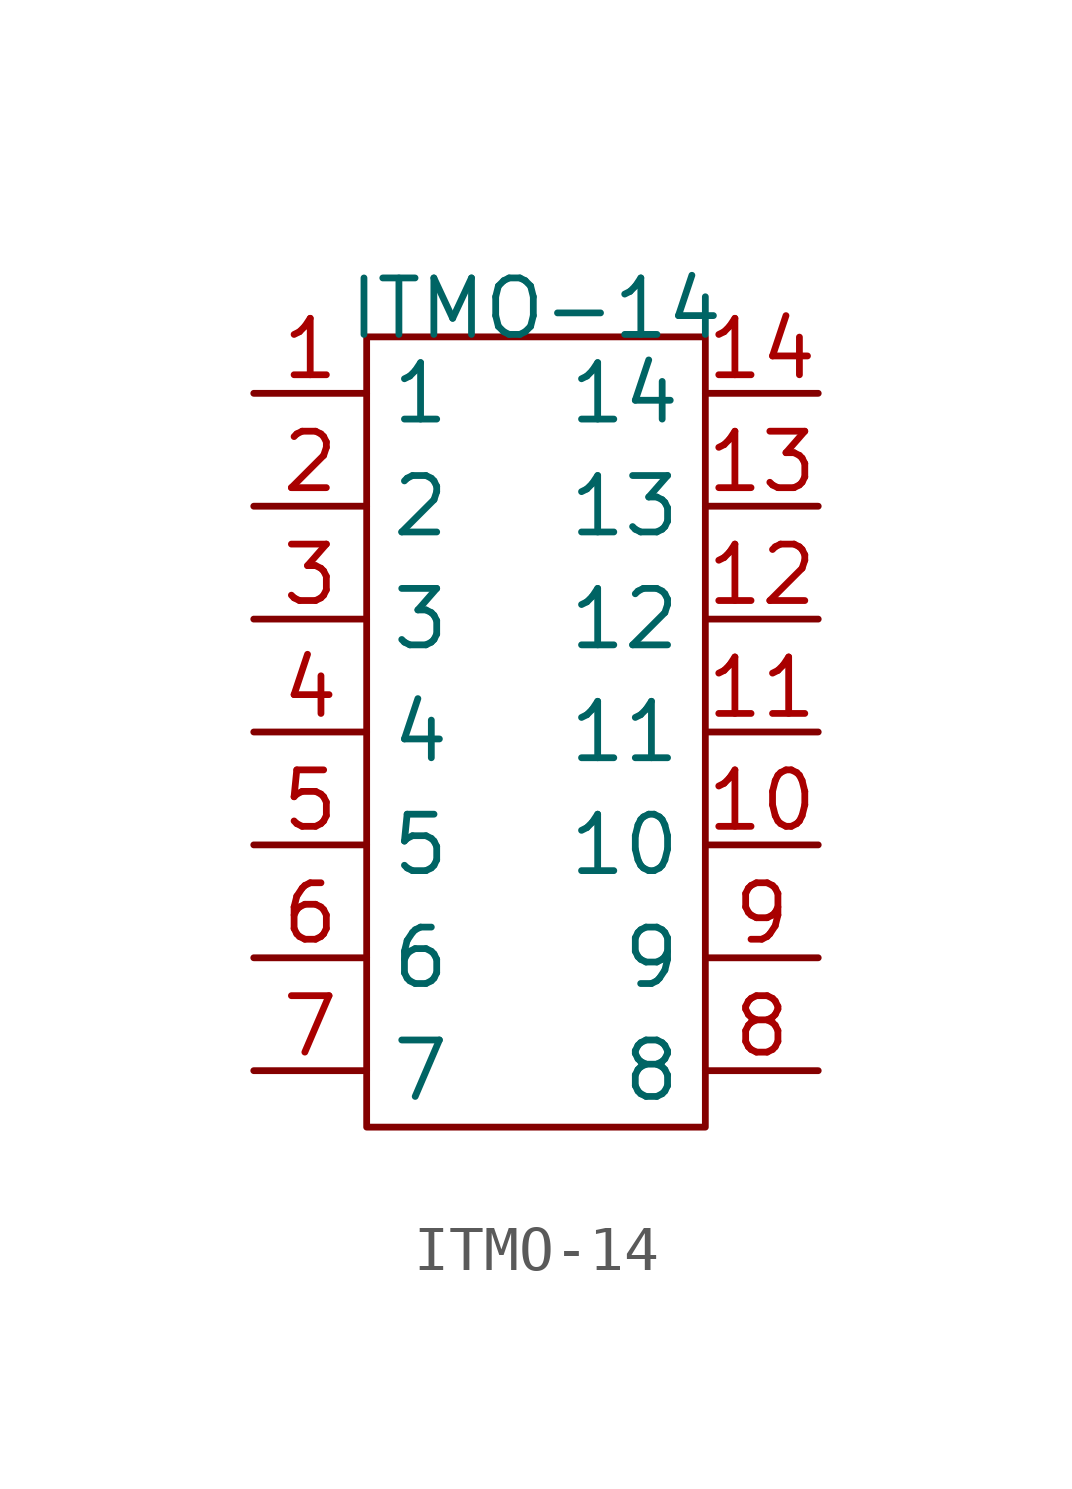
<source format=kicad_sym>
(kicad_symbol_lib
  (version 20211014)
  (generator kicad_symbol_editor)
  (symbol "ITMO-14"
    (property "Reference" "ITMO"
      (at 0 0 0)
      (effects (font (size 1.27 1.27)) hide))
    (property "Value" "ITMO-14"
      (at 0 0 0)
      (effects (font (size 1.27 1.27))))
    (symbol "ITMO-14_0_1"
      (rectangle (start -3.81 -0.635) (end 3.81 -18.415) (stroke (width 0) (type default) (color 0 0 0 0)) (fill (type none))))
    (symbol "ITMO-14_1_1"
      (pin input line (at -6.35 -1.905 0) (length 2.54) (name "1" (effects (font (size 1.27 1.27)))) (number "1" (effects (font (size 1.27 1.27)))))
      (pin output line (at 6.35 -12.065 180) (length 2.54) (name "10" (effects (font (size 1.27 1.27)))) (number "10" (effects (font (size 1.27 1.27)))))
      (pin output line (at 6.35 -9.525 180) (length 2.54) (name "11" (effects (font (size 1.27 1.27)))) (number "11" (effects (font (size 1.27 1.27)))))
      (pin output line (at 6.35 -6.985 180) (length 2.54) (name "12" (effects (font (size 1.27 1.27)))) (number "12" (effects (font (size 1.27 1.27)))))
      (pin output line (at 6.35 -4.445 180) (length 2.54) (name "13" (effects (font (size 1.27 1.27)))) (number "13" (effects (font (size 1.27 1.27)))))
      (pin output line (at 6.35 -1.905 180) (length 2.54) (name "14" (effects (font (size 1.27 1.27)))) (number "14" (effects (font (size 1.27 1.27)))))
      (pin input line (at -6.35 -4.445 0) (length 2.54) (name "2" (effects (font (size 1.27 1.27)))) (number "2" (effects (font (size 1.27 1.27)))))
      (pin input line (at -6.35 -6.985 0) (length 2.54) (name "3" (effects (font (size 1.27 1.27)))) (number "3" (effects (font (size 1.27 1.27)))))
      (pin input line (at -6.35 -9.525 0) (length 2.54) (name "4" (effects (font (size 1.27 1.27)))) (number "4" (effects (font (size 1.27 1.27)))))
      (pin input line (at -6.35 -12.065 0) (length 2.54) (name "5" (effects (font (size 1.27 1.27)))) (number "5" (effects (font (size 1.27 1.27)))))
      (pin input line (at -6.35 -14.605 0) (length 2.54) (name "6" (effects (font (size 1.27 1.27)))) (number "6" (effects (font (size 1.27 1.27)))))
      (pin input line (at -6.35 -17.145 0) (length 2.54) (name "7" (effects (font (size 1.27 1.27)))) (number "7" (effects (font (size 1.27 1.27)))))
      (pin output line (at 6.35 -17.145 180) (length 2.54) (name "8" (effects (font (size 1.27 1.27)))) (number "8" (effects (font (size 1.27 1.27)))))
      (pin output line (at 6.35 -14.605 180) (length 2.54) (name "9" (effects (font (size 1.27 1.27)))) (number "9" (effects (font (size 1.27 1.27))))))))
</source>
